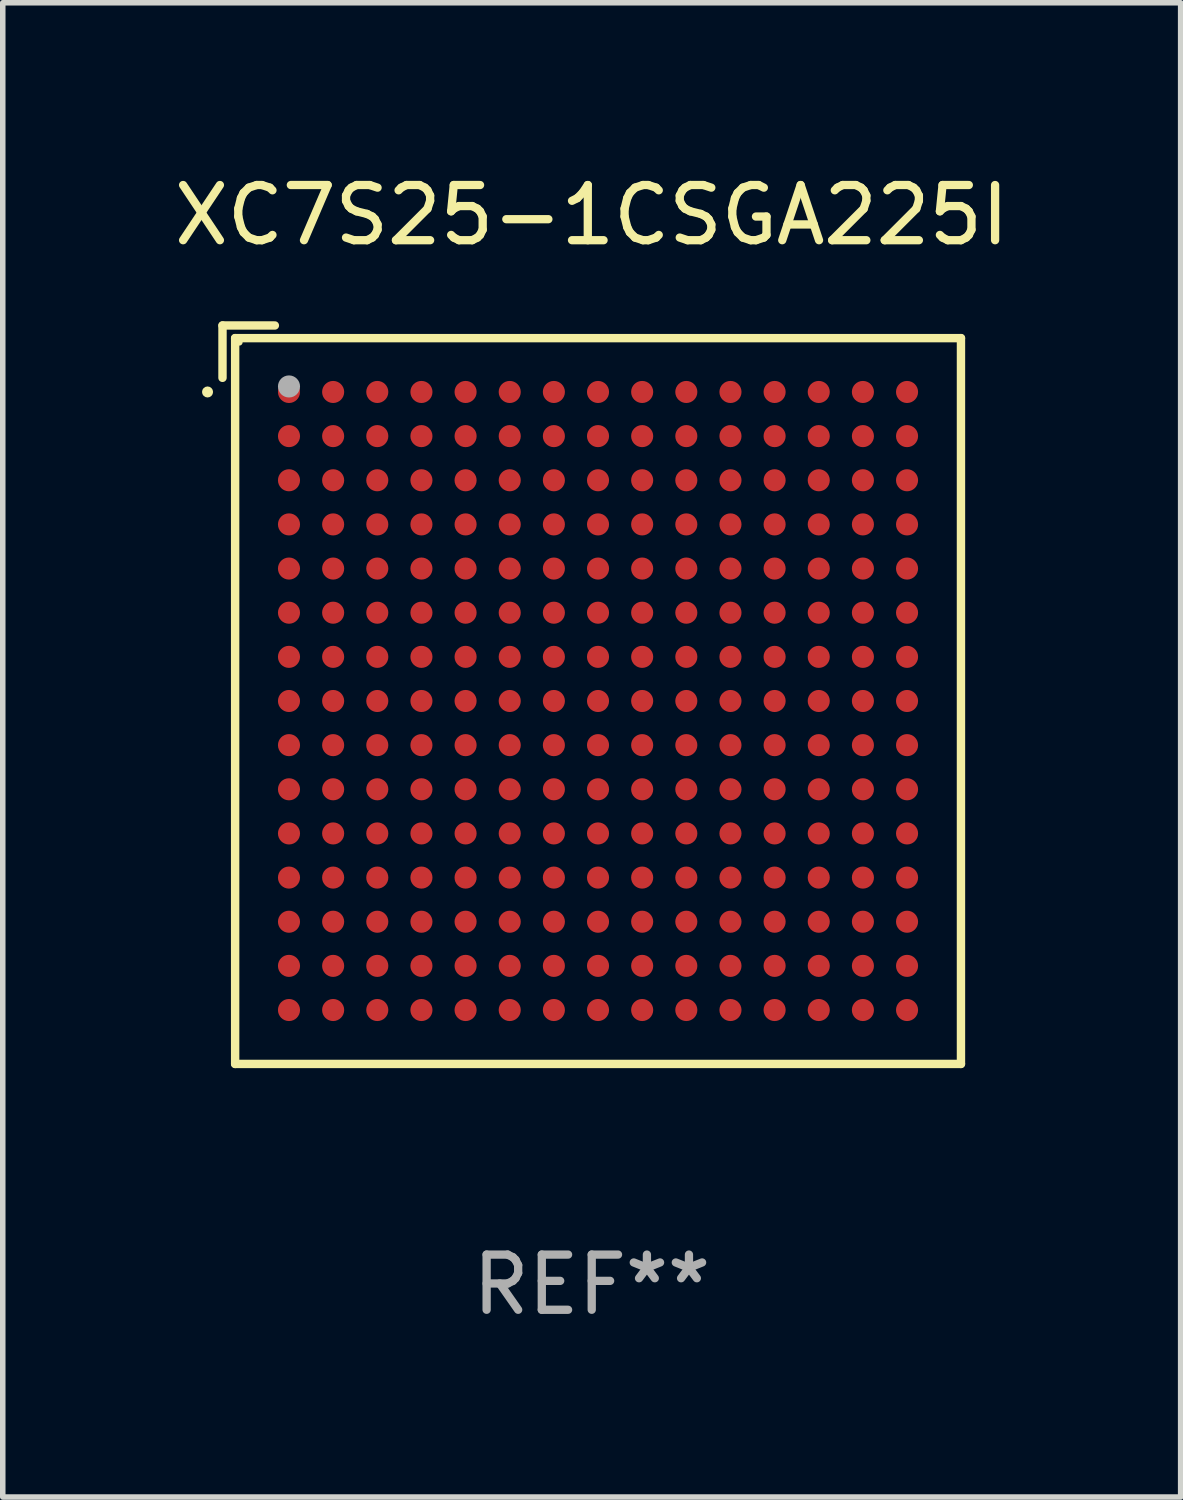
<source format=kicad_pcb>
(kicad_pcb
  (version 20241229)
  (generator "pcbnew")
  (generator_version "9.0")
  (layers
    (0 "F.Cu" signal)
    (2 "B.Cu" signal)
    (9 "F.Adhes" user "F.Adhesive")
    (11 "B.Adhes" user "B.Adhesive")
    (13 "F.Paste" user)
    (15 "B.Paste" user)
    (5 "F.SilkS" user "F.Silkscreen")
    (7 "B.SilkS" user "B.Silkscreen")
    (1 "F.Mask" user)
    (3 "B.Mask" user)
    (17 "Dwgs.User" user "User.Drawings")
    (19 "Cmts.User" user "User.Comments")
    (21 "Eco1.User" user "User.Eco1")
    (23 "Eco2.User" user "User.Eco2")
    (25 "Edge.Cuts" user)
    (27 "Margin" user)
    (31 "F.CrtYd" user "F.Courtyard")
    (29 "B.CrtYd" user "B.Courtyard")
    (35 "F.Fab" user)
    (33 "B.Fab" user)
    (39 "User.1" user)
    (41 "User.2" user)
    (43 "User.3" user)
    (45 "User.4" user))
  (footprint "XC7S25-1CSGA225I"
    (layer "F.Cu")
    (at 7.673 9.539)
    (property "Reference" "XC7S25-1CSGA225I" (at 0 -8.691 0) (layer "F.SilkS") (effects (font (size 1 1) (thickness 0.15))))
    (attr through_hole)
    (fp_line (start -6.691 -6.691) (end -5.742 -6.691) (stroke (width 0.152) (type solid)) (layer "F.SilkS"))
    (fp_line (start -6.691 -5.742) (end -6.691 -6.691) (stroke (width 0.152) (type solid)) (layer "F.SilkS"))
    (fp_line (start -6.462 -6.462) (end 6.691 -6.462) (stroke (width 0.152) (type solid)) (layer "F.SilkS"))
    (fp_line (start -6.462 6.691) (end -6.462 -6.462) (stroke (width 0.152) (type solid)) (layer "F.SilkS"))
    (fp_line (start 6.691 -6.462) (end 6.691 6.691) (stroke (width 0.152) (type solid)) (layer "F.SilkS"))
    (fp_line (start 6.691 6.691) (end -6.462 6.691) (stroke (width 0.152) (type solid)) (layer "F.SilkS"))
    (fp_circle (center -6.962 -5.486) (end -6.912 -5.486) (stroke (width 0.1) (type solid)) (fill no) (layer "F.SilkS"))
    (fp_circle (center -6.386 -6.386) (end -6.356 -6.386) (stroke (width 0.06) (type solid)) (fill no) (layer "F.SilkS"))
    (fp_circle (center -5.486 -5.586) (end -5.386 -5.586) (stroke (width 0.2) (type solid)) (fill no) (layer "F.Fab"))
    (fp_text user "REF**" (at 0 10.691 0) (layer "F.Fab") (effects (font (size 1 1) (thickness 0.15))))
    (pad "A1" smd circle (at -5.486 -5.486) (size 0.4 0.4) (layers "F.Cu" "F.Mask" "F.Paste"))
    (pad "A2" smd circle (at -4.686 -5.486) (size 0.4 0.4) (layers "F.Cu" "F.Mask" "F.Paste"))
    (pad "A3" smd circle (at -3.886 -5.486) (size 0.4 0.4) (layers "F.Cu" "F.Mask" "F.Paste"))
    (pad "A4" smd circle (at -3.086 -5.486) (size 0.4 0.4) (layers "F.Cu" "F.Mask" "F.Paste"))
    (pad "A5" smd circle (at -2.286 -5.486) (size 0.4 0.4) (layers "F.Cu" "F.Mask" "F.Paste"))
    (pad "A6" smd circle (at -1.486 -5.486) (size 0.4 0.4) (layers "F.Cu" "F.Mask" "F.Paste"))
    (pad "A7" smd circle (at -0.686 -5.486) (size 0.4 0.4) (layers "F.Cu" "F.Mask" "F.Paste"))
    (pad "A8" smd circle (at 0.114 -5.486) (size 0.4 0.4) (layers "F.Cu" "F.Mask" "F.Paste"))
    (pad "A9" smd circle (at 0.914 -5.486) (size 0.4 0.4) (layers "F.Cu" "F.Mask" "F.Paste"))
    (pad "A10" smd circle (at 1.714 -5.486) (size 0.4 0.4) (layers "F.Cu" "F.Mask" "F.Paste"))
    (pad "A11" smd circle (at 2.514 -5.486) (size 0.4 0.4) (layers "F.Cu" "F.Mask" "F.Paste"))
    (pad "A12" smd circle (at 3.314 -5.486) (size 0.4 0.4) (layers "F.Cu" "F.Mask" "F.Paste"))
    (pad "A13" smd circle (at 4.114 -5.486) (size 0.4 0.4) (layers "F.Cu" "F.Mask" "F.Paste"))
    (pad "A14" smd circle (at 4.914 -5.486) (size 0.4 0.4) (layers "F.Cu" "F.Mask" "F.Paste"))
    (pad "A15" smd circle (at 5.714 -5.486) (size 0.4 0.4) (layers "F.Cu" "F.Mask" "F.Paste"))
    (pad "B1" smd circle (at -5.486 -4.686) (size 0.4 0.4) (layers "F.Cu" "F.Mask" "F.Paste"))
    (pad "B2" smd circle (at -4.686 -4.686) (size 0.4 0.4) (layers "F.Cu" "F.Mask" "F.Paste"))
    (pad "B3" smd circle (at -3.886 -4.686) (size 0.4 0.4) (layers "F.Cu" "F.Mask" "F.Paste"))
    (pad "B4" smd circle (at -3.086 -4.686) (size 0.4 0.4) (layers "F.Cu" "F.Mask" "F.Paste"))
    (pad "B5" smd circle (at -2.286 -4.686) (size 0.4 0.4) (layers "F.Cu" "F.Mask" "F.Paste"))
    (pad "B6" smd circle (at -1.486 -4.686) (size 0.4 0.4) (layers "F.Cu" "F.Mask" "F.Paste"))
    (pad "B7" smd circle (at -0.686 -4.686) (size 0.4 0.4) (layers "F.Cu" "F.Mask" "F.Paste"))
    (pad "B8" smd circle (at 0.114 -4.686) (size 0.4 0.4) (layers "F.Cu" "F.Mask" "F.Paste"))
    (pad "B9" smd circle (at 0.914 -4.686) (size 0.4 0.4) (layers "F.Cu" "F.Mask" "F.Paste"))
    (pad "B10" smd circle (at 1.714 -4.686) (size 0.4 0.4) (layers "F.Cu" "F.Mask" "F.Paste"))
    (pad "B11" smd circle (at 2.514 -4.686) (size 0.4 0.4) (layers "F.Cu" "F.Mask" "F.Paste"))
    (pad "B12" smd circle (at 3.314 -4.686) (size 0.4 0.4) (layers "F.Cu" "F.Mask" "F.Paste"))
    (pad "B13" smd circle (at 4.114 -4.686) (size 0.4 0.4) (layers "F.Cu" "F.Mask" "F.Paste"))
    (pad "B14" smd circle (at 4.914 -4.686) (size 0.4 0.4) (layers "F.Cu" "F.Mask" "F.Paste"))
    (pad "B15" smd circle (at 5.714 -4.686) (size 0.4 0.4) (layers "F.Cu" "F.Mask" "F.Paste"))
    (pad "C1" smd circle (at -5.486 -3.886) (size 0.4 0.4) (layers "F.Cu" "F.Mask" "F.Paste"))
    (pad "C2" smd circle (at -4.686 -3.886) (size 0.4 0.4) (layers "F.Cu" "F.Mask" "F.Paste"))
    (pad "C3" smd circle (at -3.886 -3.886) (size 0.4 0.4) (layers "F.Cu" "F.Mask" "F.Paste"))
    (pad "C4" smd circle (at -3.086 -3.886) (size 0.4 0.4) (layers "F.Cu" "F.Mask" "F.Paste"))
    (pad "C5" smd circle (at -2.286 -3.886) (size 0.4 0.4) (layers "F.Cu" "F.Mask" "F.Paste"))
    (pad "C6" smd circle (at -1.486 -3.886) (size 0.4 0.4) (layers "F.Cu" "F.Mask" "F.Paste"))
    (pad "C7" smd circle (at -0.686 -3.886) (size 0.4 0.4) (layers "F.Cu" "F.Mask" "F.Paste"))
    (pad "C8" smd circle (at 0.114 -3.886) (size 0.4 0.4) (layers "F.Cu" "F.Mask" "F.Paste"))
    (pad "C9" smd circle (at 0.914 -3.886) (size 0.4 0.4) (layers "F.Cu" "F.Mask" "F.Paste"))
    (pad "C10" smd circle (at 1.714 -3.886) (size 0.4 0.4) (layers "F.Cu" "F.Mask" "F.Paste"))
    (pad "C11" smd circle (at 2.514 -3.886) (size 0.4 0.4) (layers "F.Cu" "F.Mask" "F.Paste"))
    (pad "C12" smd circle (at 3.314 -3.886) (size 0.4 0.4) (layers "F.Cu" "F.Mask" "F.Paste"))
    (pad "C13" smd circle (at 4.114 -3.886) (size 0.4 0.4) (layers "F.Cu" "F.Mask" "F.Paste"))
    (pad "C14" smd circle (at 4.914 -3.886) (size 0.4 0.4) (layers "F.Cu" "F.Mask" "F.Paste"))
    (pad "C15" smd circle (at 5.714 -3.886) (size 0.4 0.4) (layers "F.Cu" "F.Mask" "F.Paste"))
    (pad "D1" smd circle (at -5.486 -3.086) (size 0.4 0.4) (layers "F.Cu" "F.Mask" "F.Paste"))
    (pad "D2" smd circle (at -4.686 -3.086) (size 0.4 0.4) (layers "F.Cu" "F.Mask" "F.Paste"))
    (pad "D3" smd circle (at -3.886 -3.086) (size 0.4 0.4) (layers "F.Cu" "F.Mask" "F.Paste"))
    (pad "D4" smd circle (at -3.086 -3.086) (size 0.4 0.4) (layers "F.Cu" "F.Mask" "F.Paste"))
    (pad "D5" smd circle (at -2.286 -3.086) (size 0.4 0.4) (layers "F.Cu" "F.Mask" "F.Paste"))
    (pad "D6" smd circle (at -1.486 -3.086) (size 0.4 0.4) (layers "F.Cu" "F.Mask" "F.Paste"))
    (pad "D7" smd circle (at -0.686 -3.086) (size 0.4 0.4) (layers "F.Cu" "F.Mask" "F.Paste"))
    (pad "D8" smd circle (at 0.114 -3.086) (size 0.4 0.4) (layers "F.Cu" "F.Mask" "F.Paste"))
    (pad "D9" smd circle (at 0.914 -3.086) (size 0.4 0.4) (layers "F.Cu" "F.Mask" "F.Paste"))
    (pad "D10" smd circle (at 1.714 -3.086) (size 0.4 0.4) (layers "F.Cu" "F.Mask" "F.Paste"))
    (pad "D11" smd circle (at 2.514 -3.086) (size 0.4 0.4) (layers "F.Cu" "F.Mask" "F.Paste"))
    (pad "D12" smd circle (at 3.314 -3.086) (size 0.4 0.4) (layers "F.Cu" "F.Mask" "F.Paste"))
    (pad "D13" smd circle (at 4.114 -3.086) (size 0.4 0.4) (layers "F.Cu" "F.Mask" "F.Paste"))
    (pad "D14" smd circle (at 4.914 -3.086) (size 0.4 0.4) (layers "F.Cu" "F.Mask" "F.Paste"))
    (pad "D15" smd circle (at 5.714 -3.086) (size 0.4 0.4) (layers "F.Cu" "F.Mask" "F.Paste"))
    (pad "E1" smd circle (at -5.486 -2.286) (size 0.4 0.4) (layers "F.Cu" "F.Mask" "F.Paste"))
    (pad "E2" smd circle (at -4.686 -2.286) (size 0.4 0.4) (layers "F.Cu" "F.Mask" "F.Paste"))
    (pad "E3" smd circle (at -3.886 -2.286) (size 0.4 0.4) (layers "F.Cu" "F.Mask" "F.Paste"))
    (pad "E4" smd circle (at -3.086 -2.286) (size 0.4 0.4) (layers "F.Cu" "F.Mask" "F.Paste"))
    (pad "E5" smd circle (at -2.286 -2.286) (size 0.4 0.4) (layers "F.Cu" "F.Mask" "F.Paste"))
    (pad "E6" smd circle (at -1.486 -2.286) (size 0.4 0.4) (layers "F.Cu" "F.Mask" "F.Paste"))
    (pad "E7" smd circle (at -0.686 -2.286) (size 0.4 0.4) (layers "F.Cu" "F.Mask" "F.Paste"))
    (pad "E8" smd circle (at 0.114 -2.286) (size 0.4 0.4) (layers "F.Cu" "F.Mask" "F.Paste"))
    (pad "E9" smd circle (at 0.914 -2.286) (size 0.4 0.4) (layers "F.Cu" "F.Mask" "F.Paste"))
    (pad "E10" smd circle (at 1.714 -2.286) (size 0.4 0.4) (layers "F.Cu" "F.Mask" "F.Paste"))
    (pad "E11" smd circle (at 2.514 -2.286) (size 0.4 0.4) (layers "F.Cu" "F.Mask" "F.Paste"))
    (pad "E12" smd circle (at 3.314 -2.286) (size 0.4 0.4) (layers "F.Cu" "F.Mask" "F.Paste"))
    (pad "E13" smd circle (at 4.114 -2.286) (size 0.4 0.4) (layers "F.Cu" "F.Mask" "F.Paste"))
    (pad "E14" smd circle (at 4.914 -2.286) (size 0.4 0.4) (layers "F.Cu" "F.Mask" "F.Paste"))
    (pad "E15" smd circle (at 5.714 -2.286) (size 0.4 0.4) (layers "F.Cu" "F.Mask" "F.Paste"))
    (pad "F1" smd circle (at -5.486 -1.486) (size 0.4 0.4) (layers "F.Cu" "F.Mask" "F.Paste"))
    (pad "F2" smd circle (at -4.686 -1.486) (size 0.4 0.4) (layers "F.Cu" "F.Mask" "F.Paste"))
    (pad "F3" smd circle (at -3.886 -1.486) (size 0.4 0.4) (layers "F.Cu" "F.Mask" "F.Paste"))
    (pad "F4" smd circle (at -3.086 -1.486) (size 0.4 0.4) (layers "F.Cu" "F.Mask" "F.Paste"))
    (pad "F5" smd circle (at -2.286 -1.486) (size 0.4 0.4) (layers "F.Cu" "F.Mask" "F.Paste"))
    (pad "F6" smd circle (at -1.486 -1.486) (size 0.4 0.4) (layers "F.Cu" "F.Mask" "F.Paste"))
    (pad "F7" smd circle (at -0.686 -1.486) (size 0.4 0.4) (layers "F.Cu" "F.Mask" "F.Paste"))
    (pad "F8" smd circle (at 0.114 -1.486) (size 0.4 0.4) (layers "F.Cu" "F.Mask" "F.Paste"))
    (pad "F9" smd circle (at 0.914 -1.486) (size 0.4 0.4) (layers "F.Cu" "F.Mask" "F.Paste"))
    (pad "F10" smd circle (at 1.714 -1.486) (size 0.4 0.4) (layers "F.Cu" "F.Mask" "F.Paste"))
    (pad "F11" smd circle (at 2.514 -1.486) (size 0.4 0.4) (layers "F.Cu" "F.Mask" "F.Paste"))
    (pad "F12" smd circle (at 3.314 -1.486) (size 0.4 0.4) (layers "F.Cu" "F.Mask" "F.Paste"))
    (pad "F13" smd circle (at 4.114 -1.486) (size 0.4 0.4) (layers "F.Cu" "F.Mask" "F.Paste"))
    (pad "F14" smd circle (at 4.914 -1.486) (size 0.4 0.4) (layers "F.Cu" "F.Mask" "F.Paste"))
    (pad "F15" smd circle (at 5.714 -1.486) (size 0.4 0.4) (layers "F.Cu" "F.Mask" "F.Paste"))
    (pad "G1" smd circle (at -5.486 -0.686) (size 0.4 0.4) (layers "F.Cu" "F.Mask" "F.Paste"))
    (pad "G2" smd circle (at -4.686 -0.686) (size 0.4 0.4) (layers "F.Cu" "F.Mask" "F.Paste"))
    (pad "G3" smd circle (at -3.886 -0.686) (size 0.4 0.4) (layers "F.Cu" "F.Mask" "F.Paste"))
    (pad "G4" smd circle (at -3.086 -0.686) (size 0.4 0.4) (layers "F.Cu" "F.Mask" "F.Paste"))
    (pad "G5" smd circle (at -2.286 -0.686) (size 0.4 0.4) (layers "F.Cu" "F.Mask" "F.Paste"))
    (pad "G6" smd circle (at -1.486 -0.686) (size 0.4 0.4) (layers "F.Cu" "F.Mask" "F.Paste"))
    (pad "G7" smd circle (at -0.686 -0.686) (size 0.4 0.4) (layers "F.Cu" "F.Mask" "F.Paste"))
    (pad "G8" smd circle (at 0.114 -0.686) (size 0.4 0.4) (layers "F.Cu" "F.Mask" "F.Paste"))
    (pad "G9" smd circle (at 0.914 -0.686) (size 0.4 0.4) (layers "F.Cu" "F.Mask" "F.Paste"))
    (pad "G10" smd circle (at 1.714 -0.686) (size 0.4 0.4) (layers "F.Cu" "F.Mask" "F.Paste"))
    (pad "G11" smd circle (at 2.514 -0.686) (size 0.4 0.4) (layers "F.Cu" "F.Mask" "F.Paste"))
    (pad "G12" smd circle (at 3.314 -0.686) (size 0.4 0.4) (layers "F.Cu" "F.Mask" "F.Paste"))
    (pad "G13" smd circle (at 4.114 -0.686) (size 0.4 0.4) (layers "F.Cu" "F.Mask" "F.Paste"))
    (pad "G14" smd circle (at 4.914 -0.686) (size 0.4 0.4) (layers "F.Cu" "F.Mask" "F.Paste"))
    (pad "G15" smd circle (at 5.714 -0.686) (size 0.4 0.4) (layers "F.Cu" "F.Mask" "F.Paste"))
    (pad "H1" smd circle (at -5.486 0.114) (size 0.4 0.4) (layers "F.Cu" "F.Mask" "F.Paste"))
    (pad "H2" smd circle (at -4.686 0.114) (size 0.4 0.4) (layers "F.Cu" "F.Mask" "F.Paste"))
    (pad "H3" smd circle (at -3.886 0.114) (size 0.4 0.4) (layers "F.Cu" "F.Mask" "F.Paste"))
    (pad "H4" smd circle (at -3.086 0.114) (size 0.4 0.4) (layers "F.Cu" "F.Mask" "F.Paste"))
    (pad "H5" smd circle (at -2.286 0.114) (size 0.4 0.4) (layers "F.Cu" "F.Mask" "F.Paste"))
    (pad "H6" smd circle (at -1.486 0.114) (size 0.4 0.4) (layers "F.Cu" "F.Mask" "F.Paste"))
    (pad "H7" smd circle (at -0.686 0.114) (size 0.4 0.4) (layers "F.Cu" "F.Mask" "F.Paste"))
    (pad "H8" smd circle (at 0.114 0.114) (size 0.4 0.4) (layers "F.Cu" "F.Mask" "F.Paste"))
    (pad "H9" smd circle (at 0.914 0.114) (size 0.4 0.4) (layers "F.Cu" "F.Mask" "F.Paste"))
    (pad "H10" smd circle (at 1.714 0.114) (size 0.4 0.4) (layers "F.Cu" "F.Mask" "F.Paste"))
    (pad "H11" smd circle (at 2.514 0.114) (size 0.4 0.4) (layers "F.Cu" "F.Mask" "F.Paste"))
    (pad "H12" smd circle (at 3.314 0.114) (size 0.4 0.4) (layers "F.Cu" "F.Mask" "F.Paste"))
    (pad "H13" smd circle (at 4.114 0.114) (size 0.4 0.4) (layers "F.Cu" "F.Mask" "F.Paste"))
    (pad "H14" smd circle (at 4.914 0.114) (size 0.4 0.4) (layers "F.Cu" "F.Mask" "F.Paste"))
    (pad "H15" smd circle (at 5.714 0.114) (size 0.4 0.4) (layers "F.Cu" "F.Mask" "F.Paste"))
    (pad "J1" smd circle (at -5.486 0.914) (size 0.4 0.4) (layers "F.Cu" "F.Mask" "F.Paste"))
    (pad "J2" smd circle (at -4.686 0.914) (size 0.4 0.4) (layers "F.Cu" "F.Mask" "F.Paste"))
    (pad "J3" smd circle (at -3.886 0.914) (size 0.4 0.4) (layers "F.Cu" "F.Mask" "F.Paste"))
    (pad "J4" smd circle (at -3.086 0.914) (size 0.4 0.4) (layers "F.Cu" "F.Mask" "F.Paste"))
    (pad "J5" smd circle (at -2.286 0.914) (size 0.4 0.4) (layers "F.Cu" "F.Mask" "F.Paste"))
    (pad "J6" smd circle (at -1.486 0.914) (size 0.4 0.4) (layers "F.Cu" "F.Mask" "F.Paste"))
    (pad "J7" smd circle (at -0.686 0.914) (size 0.4 0.4) (layers "F.Cu" "F.Mask" "F.Paste"))
    (pad "J8" smd circle (at 0.114 0.914) (size 0.4 0.4) (layers "F.Cu" "F.Mask" "F.Paste"))
    (pad "J9" smd circle (at 0.914 0.914) (size 0.4 0.4) (layers "F.Cu" "F.Mask" "F.Paste"))
    (pad "J10" smd circle (at 1.714 0.914) (size 0.4 0.4) (layers "F.Cu" "F.Mask" "F.Paste"))
    (pad "J11" smd circle (at 2.514 0.914) (size 0.4 0.4) (layers "F.Cu" "F.Mask" "F.Paste"))
    (pad "J12" smd circle (at 3.314 0.914) (size 0.4 0.4) (layers "F.Cu" "F.Mask" "F.Paste"))
    (pad "J13" smd circle (at 4.114 0.914) (size 0.4 0.4) (layers "F.Cu" "F.Mask" "F.Paste"))
    (pad "J14" smd circle (at 4.914 0.914) (size 0.4 0.4) (layers "F.Cu" "F.Mask" "F.Paste"))
    (pad "J15" smd circle (at 5.714 0.914) (size 0.4 0.4) (layers "F.Cu" "F.Mask" "F.Paste"))
    (pad "K1" smd circle (at -5.486 1.714) (size 0.4 0.4) (layers "F.Cu" "F.Mask" "F.Paste"))
    (pad "K2" smd circle (at -4.686 1.714) (size 0.4 0.4) (layers "F.Cu" "F.Mask" "F.Paste"))
    (pad "K3" smd circle (at -3.886 1.714) (size 0.4 0.4) (layers "F.Cu" "F.Mask" "F.Paste"))
    (pad "K4" smd circle (at -3.086 1.714) (size 0.4 0.4) (layers "F.Cu" "F.Mask" "F.Paste"))
    (pad "K5" smd circle (at -2.286 1.714) (size 0.4 0.4) (layers "F.Cu" "F.Mask" "F.Paste"))
    (pad "K6" smd circle (at -1.486 1.714) (size 0.4 0.4) (layers "F.Cu" "F.Mask" "F.Paste"))
    (pad "K7" smd circle (at -0.686 1.714) (size 0.4 0.4) (layers "F.Cu" "F.Mask" "F.Paste"))
    (pad "K8" smd circle (at 0.114 1.714) (size 0.4 0.4) (layers "F.Cu" "F.Mask" "F.Paste"))
    (pad "K9" smd circle (at 0.914 1.714) (size 0.4 0.4) (layers "F.Cu" "F.Mask" "F.Paste"))
    (pad "K10" smd circle (at 1.714 1.714) (size 0.4 0.4) (layers "F.Cu" "F.Mask" "F.Paste"))
    (pad "K11" smd circle (at 2.514 1.714) (size 0.4 0.4) (layers "F.Cu" "F.Mask" "F.Paste"))
    (pad "K12" smd circle (at 3.314 1.714) (size 0.4 0.4) (layers "F.Cu" "F.Mask" "F.Paste"))
    (pad "K13" smd circle (at 4.114 1.714) (size 0.4 0.4) (layers "F.Cu" "F.Mask" "F.Paste"))
    (pad "K14" smd circle (at 4.914 1.714) (size 0.4 0.4) (layers "F.Cu" "F.Mask" "F.Paste"))
    (pad "K15" smd circle (at 5.714 1.714) (size 0.4 0.4) (layers "F.Cu" "F.Mask" "F.Paste"))
    (pad "L1" smd circle (at -5.486 2.514) (size 0.4 0.4) (layers "F.Cu" "F.Mask" "F.Paste"))
    (pad "L2" smd circle (at -4.686 2.514) (size 0.4 0.4) (layers "F.Cu" "F.Mask" "F.Paste"))
    (pad "L3" smd circle (at -3.886 2.514) (size 0.4 0.4) (layers "F.Cu" "F.Mask" "F.Paste"))
    (pad "L4" smd circle (at -3.086 2.514) (size 0.4 0.4) (layers "F.Cu" "F.Mask" "F.Paste"))
    (pad "L5" smd circle (at -2.286 2.514) (size 0.4 0.4) (layers "F.Cu" "F.Mask" "F.Paste"))
    (pad "L6" smd circle (at -1.486 2.514) (size 0.4 0.4) (layers "F.Cu" "F.Mask" "F.Paste"))
    (pad "L7" smd circle (at -0.686 2.514) (size 0.4 0.4) (layers "F.Cu" "F.Mask" "F.Paste"))
    (pad "L8" smd circle (at 0.114 2.514) (size 0.4 0.4) (layers "F.Cu" "F.Mask" "F.Paste"))
    (pad "L9" smd circle (at 0.914 2.514) (size 0.4 0.4) (layers "F.Cu" "F.Mask" "F.Paste"))
    (pad "L10" smd circle (at 1.714 2.514) (size 0.4 0.4) (layers "F.Cu" "F.Mask" "F.Paste"))
    (pad "L11" smd circle (at 2.514 2.514) (size 0.4 0.4) (layers "F.Cu" "F.Mask" "F.Paste"))
    (pad "L12" smd circle (at 3.314 2.514) (size 0.4 0.4) (layers "F.Cu" "F.Mask" "F.Paste"))
    (pad "L13" smd circle (at 4.114 2.514) (size 0.4 0.4) (layers "F.Cu" "F.Mask" "F.Paste"))
    (pad "L14" smd circle (at 4.914 2.514) (size 0.4 0.4) (layers "F.Cu" "F.Mask" "F.Paste"))
    (pad "L15" smd circle (at 5.714 2.514) (size 0.4 0.4) (layers "F.Cu" "F.Mask" "F.Paste"))
    (pad "M1" smd circle (at -5.486 3.314) (size 0.4 0.4) (layers "F.Cu" "F.Mask" "F.Paste"))
    (pad "M2" smd circle (at -4.686 3.314) (size 0.4 0.4) (layers "F.Cu" "F.Mask" "F.Paste"))
    (pad "M3" smd circle (at -3.886 3.314) (size 0.4 0.4) (layers "F.Cu" "F.Mask" "F.Paste"))
    (pad "M4" smd circle (at -3.086 3.314) (size 0.4 0.4) (layers "F.Cu" "F.Mask" "F.Paste"))
    (pad "M5" smd circle (at -2.286 3.314) (size 0.4 0.4) (layers "F.Cu" "F.Mask" "F.Paste"))
    (pad "M6" smd circle (at -1.486 3.314) (size 0.4 0.4) (layers "F.Cu" "F.Mask" "F.Paste"))
    (pad "M7" smd circle (at -0.686 3.314) (size 0.4 0.4) (layers "F.Cu" "F.Mask" "F.Paste"))
    (pad "M8" smd circle (at 0.114 3.314) (size 0.4 0.4) (layers "F.Cu" "F.Mask" "F.Paste"))
    (pad "M9" smd circle (at 0.914 3.314) (size 0.4 0.4) (layers "F.Cu" "F.Mask" "F.Paste"))
    (pad "M10" smd circle (at 1.714 3.314) (size 0.4 0.4) (layers "F.Cu" "F.Mask" "F.Paste"))
    (pad "M11" smd circle (at 2.514 3.314) (size 0.4 0.4) (layers "F.Cu" "F.Mask" "F.Paste"))
    (pad "M12" smd circle (at 3.314 3.314) (size 0.4 0.4) (layers "F.Cu" "F.Mask" "F.Paste"))
    (pad "M13" smd circle (at 4.114 3.314) (size 0.4 0.4) (layers "F.Cu" "F.Mask" "F.Paste"))
    (pad "M14" smd circle (at 4.914 3.314) (size 0.4 0.4) (layers "F.Cu" "F.Mask" "F.Paste"))
    (pad "M15" smd circle (at 5.714 3.314) (size 0.4 0.4) (layers "F.Cu" "F.Mask" "F.Paste"))
    (pad "N1" smd circle (at -5.486 4.114) (size 0.4 0.4) (layers "F.Cu" "F.Mask" "F.Paste"))
    (pad "N2" smd circle (at -4.686 4.114) (size 0.4 0.4) (layers "F.Cu" "F.Mask" "F.Paste"))
    (pad "N3" smd circle (at -3.886 4.114) (size 0.4 0.4) (layers "F.Cu" "F.Mask" "F.Paste"))
    (pad "N4" smd circle (at -3.086 4.114) (size 0.4 0.4) (layers "F.Cu" "F.Mask" "F.Paste"))
    (pad "N5" smd circle (at -2.286 4.114) (size 0.4 0.4) (layers "F.Cu" "F.Mask" "F.Paste"))
    (pad "N6" smd circle (at -1.486 4.114) (size 0.4 0.4) (layers "F.Cu" "F.Mask" "F.Paste"))
    (pad "N7" smd circle (at -0.686 4.114) (size 0.4 0.4) (layers "F.Cu" "F.Mask" "F.Paste"))
    (pad "N8" smd circle (at 0.114 4.114) (size 0.4 0.4) (layers "F.Cu" "F.Mask" "F.Paste"))
    (pad "N9" smd circle (at 0.914 4.114) (size 0.4 0.4) (layers "F.Cu" "F.Mask" "F.Paste"))
    (pad "N10" smd circle (at 1.714 4.114) (size 0.4 0.4) (layers "F.Cu" "F.Mask" "F.Paste"))
    (pad "N11" smd circle (at 2.514 4.114) (size 0.4 0.4) (layers "F.Cu" "F.Mask" "F.Paste"))
    (pad "N12" smd circle (at 3.314 4.114) (size 0.4 0.4) (layers "F.Cu" "F.Mask" "F.Paste"))
    (pad "N13" smd circle (at 4.114 4.114) (size 0.4 0.4) (layers "F.Cu" "F.Mask" "F.Paste"))
    (pad "N14" smd circle (at 4.914 4.114) (size 0.4 0.4) (layers "F.Cu" "F.Mask" "F.Paste"))
    (pad "N15" smd circle (at 5.714 4.114) (size 0.4 0.4) (layers "F.Cu" "F.Mask" "F.Paste"))
    (pad "P1" smd circle (at -5.486 4.914) (size 0.4 0.4) (layers "F.Cu" "F.Mask" "F.Paste"))
    (pad "P2" smd circle (at -4.686 4.914) (size 0.4 0.4) (layers "F.Cu" "F.Mask" "F.Paste"))
    (pad "P3" smd circle (at -3.886 4.914) (size 0.4 0.4) (layers "F.Cu" "F.Mask" "F.Paste"))
    (pad "P4" smd circle (at -3.086 4.914) (size 0.4 0.4) (layers "F.Cu" "F.Mask" "F.Paste"))
    (pad "P5" smd circle (at -2.286 4.914) (size 0.4 0.4) (layers "F.Cu" "F.Mask" "F.Paste"))
    (pad "P6" smd circle (at -1.486 4.914) (size 0.4 0.4) (layers "F.Cu" "F.Mask" "F.Paste"))
    (pad "P7" smd circle (at -0.686 4.914) (size 0.4 0.4) (layers "F.Cu" "F.Mask" "F.Paste"))
    (pad "P8" smd circle (at 0.114 4.914) (size 0.4 0.4) (layers "F.Cu" "F.Mask" "F.Paste"))
    (pad "P9" smd circle (at 0.914 4.914) (size 0.4 0.4) (layers "F.Cu" "F.Mask" "F.Paste"))
    (pad "P10" smd circle (at 1.714 4.914) (size 0.4 0.4) (layers "F.Cu" "F.Mask" "F.Paste"))
    (pad "P11" smd circle (at 2.514 4.914) (size 0.4 0.4) (layers "F.Cu" "F.Mask" "F.Paste"))
    (pad "P12" smd circle (at 3.314 4.914) (size 0.4 0.4) (layers "F.Cu" "F.Mask" "F.Paste"))
    (pad "P13" smd circle (at 4.114 4.914) (size 0.4 0.4) (layers "F.Cu" "F.Mask" "F.Paste"))
    (pad "P14" smd circle (at 4.914 4.914) (size 0.4 0.4) (layers "F.Cu" "F.Mask" "F.Paste"))
    (pad "P15" smd circle (at 5.714 4.914) (size 0.4 0.4) (layers "F.Cu" "F.Mask" "F.Paste"))
    (pad "R1" smd circle (at -5.486 5.714) (size 0.4 0.4) (layers "F.Cu" "F.Mask" "F.Paste"))
    (pad "R2" smd circle (at -4.686 5.714) (size 0.4 0.4) (layers "F.Cu" "F.Mask" "F.Paste"))
    (pad "R3" smd circle (at -3.886 5.714) (size 0.4 0.4) (layers "F.Cu" "F.Mask" "F.Paste"))
    (pad "R4" smd circle (at -3.086 5.714) (size 0.4 0.4) (layers "F.Cu" "F.Mask" "F.Paste"))
    (pad "R5" smd circle (at -2.286 5.714) (size 0.4 0.4) (layers "F.Cu" "F.Mask" "F.Paste"))
    (pad "R6" smd circle (at -1.486 5.714) (size 0.4 0.4) (layers "F.Cu" "F.Mask" "F.Paste"))
    (pad "R7" smd circle (at -0.686 5.714) (size 0.4 0.4) (layers "F.Cu" "F.Mask" "F.Paste"))
    (pad "R8" smd circle (at 0.114 5.714) (size 0.4 0.4) (layers "F.Cu" "F.Mask" "F.Paste"))
    (pad "R9" smd circle (at 0.914 5.714) (size 0.4 0.4) (layers "F.Cu" "F.Mask" "F.Paste"))
    (pad "R10" smd circle (at 1.714 5.714) (size 0.4 0.4) (layers "F.Cu" "F.Mask" "F.Paste"))
    (pad "R11" smd circle (at 2.514 5.714) (size 0.4 0.4) (layers "F.Cu" "F.Mask" "F.Paste"))
    (pad "R12" smd circle (at 3.314 5.714) (size 0.4 0.4) (layers "F.Cu" "F.Mask" "F.Paste"))
    (pad "R13" smd circle (at 4.114 5.714) (size 0.4 0.4) (layers "F.Cu" "F.Mask" "F.Paste"))
    (pad "R14" smd circle (at 4.914 5.714) (size 0.4 0.4) (layers "F.Cu" "F.Mask" "F.Paste"))
    (pad "R15" smd circle (at 5.714 5.714) (size 0.4 0.4) (layers "F.Cu" "F.Mask" "F.Paste")))
  (gr_rect
    (start -3 -3)
    (end 18.345 24.078)
    (stroke (width 0.1) (type default))
    (fill no)
    (layer "Edge.Cuts")))
</source>
